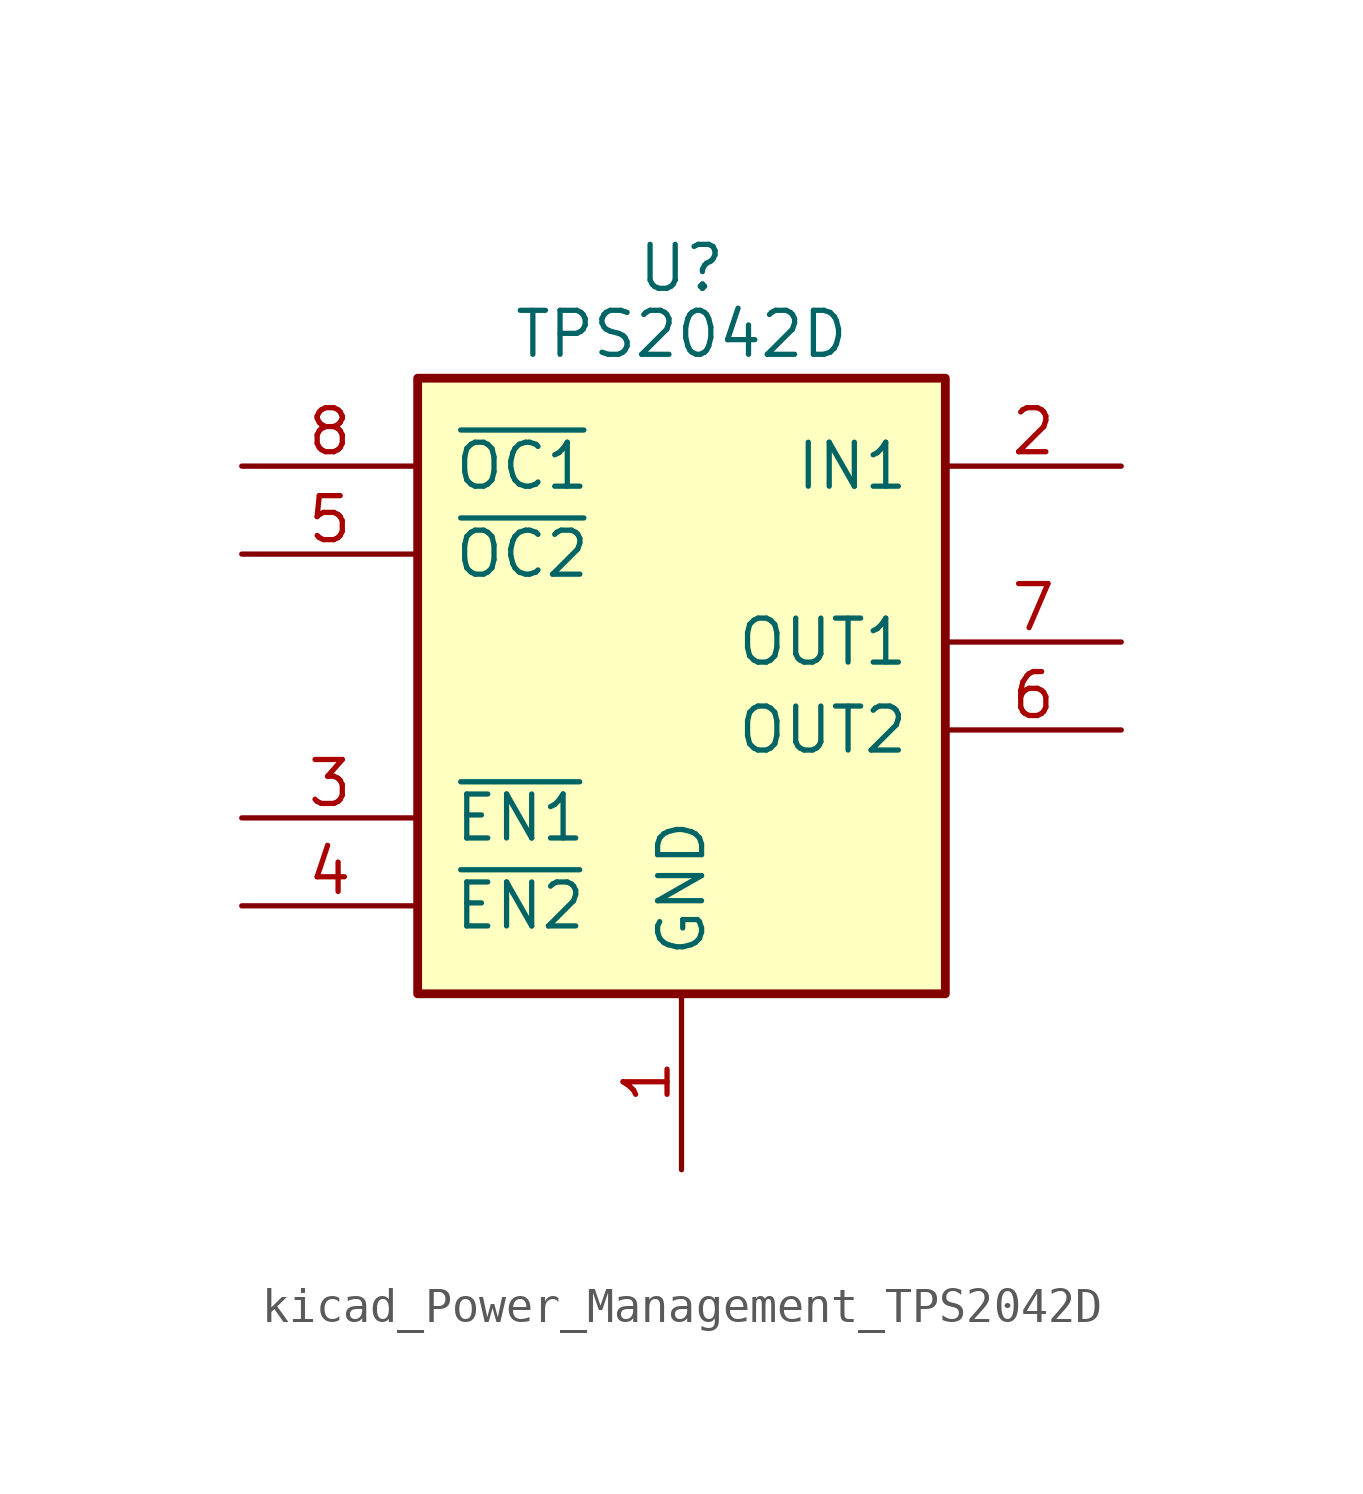
<source format=kicad_sym>
(kicad_symbol_lib
  (version 20220914)
  (generator kicad_symbol_editor)
  (symbol "kicad_Power_Management_TPS2042D"
    (pin_names
      (offset 1.016))
    (property "Reference" "U"
      (at 0 10.795 0)
      (effects (font (size 1.27 1.27))))
    (property "Value" "TPS2042D"
      (at 0 8.89 0)
      (effects (font (size 1.27 1.27))))
    (symbol "kicad_Power_Management_TPS2042D_0_1"
      (rectangle (start -7.62 7.62) (end 7.62 -10.16) (stroke (width 0.254) (type default)) (fill (type background))))
    (symbol "kicad_Power_Management_TPS2042D_1_1"
      (pin power_in line (at 0 -15.24 90) (length 5.08) (name "GND" (effects (font (size 1.27 1.27)))) (number "1" (effects (font (size 1.27 1.27)))))
      (pin power_in line (at 12.7 5.08 180) (length 5.08) (name "IN1" (effects (font (size 1.27 1.27)))) (number "2" (effects (font (size 1.27 1.27)))))
      (pin input line (at -12.7 -5.08 0) (length 5.08) (name "~{EN1}" (effects (font (size 1.27 1.27)))) (number "3" (effects (font (size 1.27 1.27)))))
      (pin input line (at -12.7 -7.62 0) (length 5.08) (name "~{EN2}" (effects (font (size 1.27 1.27)))) (number "4" (effects (font (size 1.27 1.27)))))
      (pin open_collector line (at -12.7 2.54 0) (length 5.08) (name "~{OC2}" (effects (font (size 1.27 1.27)))) (number "5" (effects (font (size 1.27 1.27)))))
      (pin power_out line (at 12.7 -2.54 180) (length 5.08) (name "OUT2" (effects (font (size 1.27 1.27)))) (number "6" (effects (font (size 1.27 1.27)))))
      (pin power_out line (at 12.7 0 180) (length 5.08) (name "OUT1" (effects (font (size 1.27 1.27)))) (number "7" (effects (font (size 1.27 1.27)))))
      (pin open_collector line (at -12.7 5.08 0) (length 5.08) (name "~{OC1}" (effects (font (size 1.27 1.27)))) (number "8" (effects (font (size 1.27 1.27))))))))
</source>
